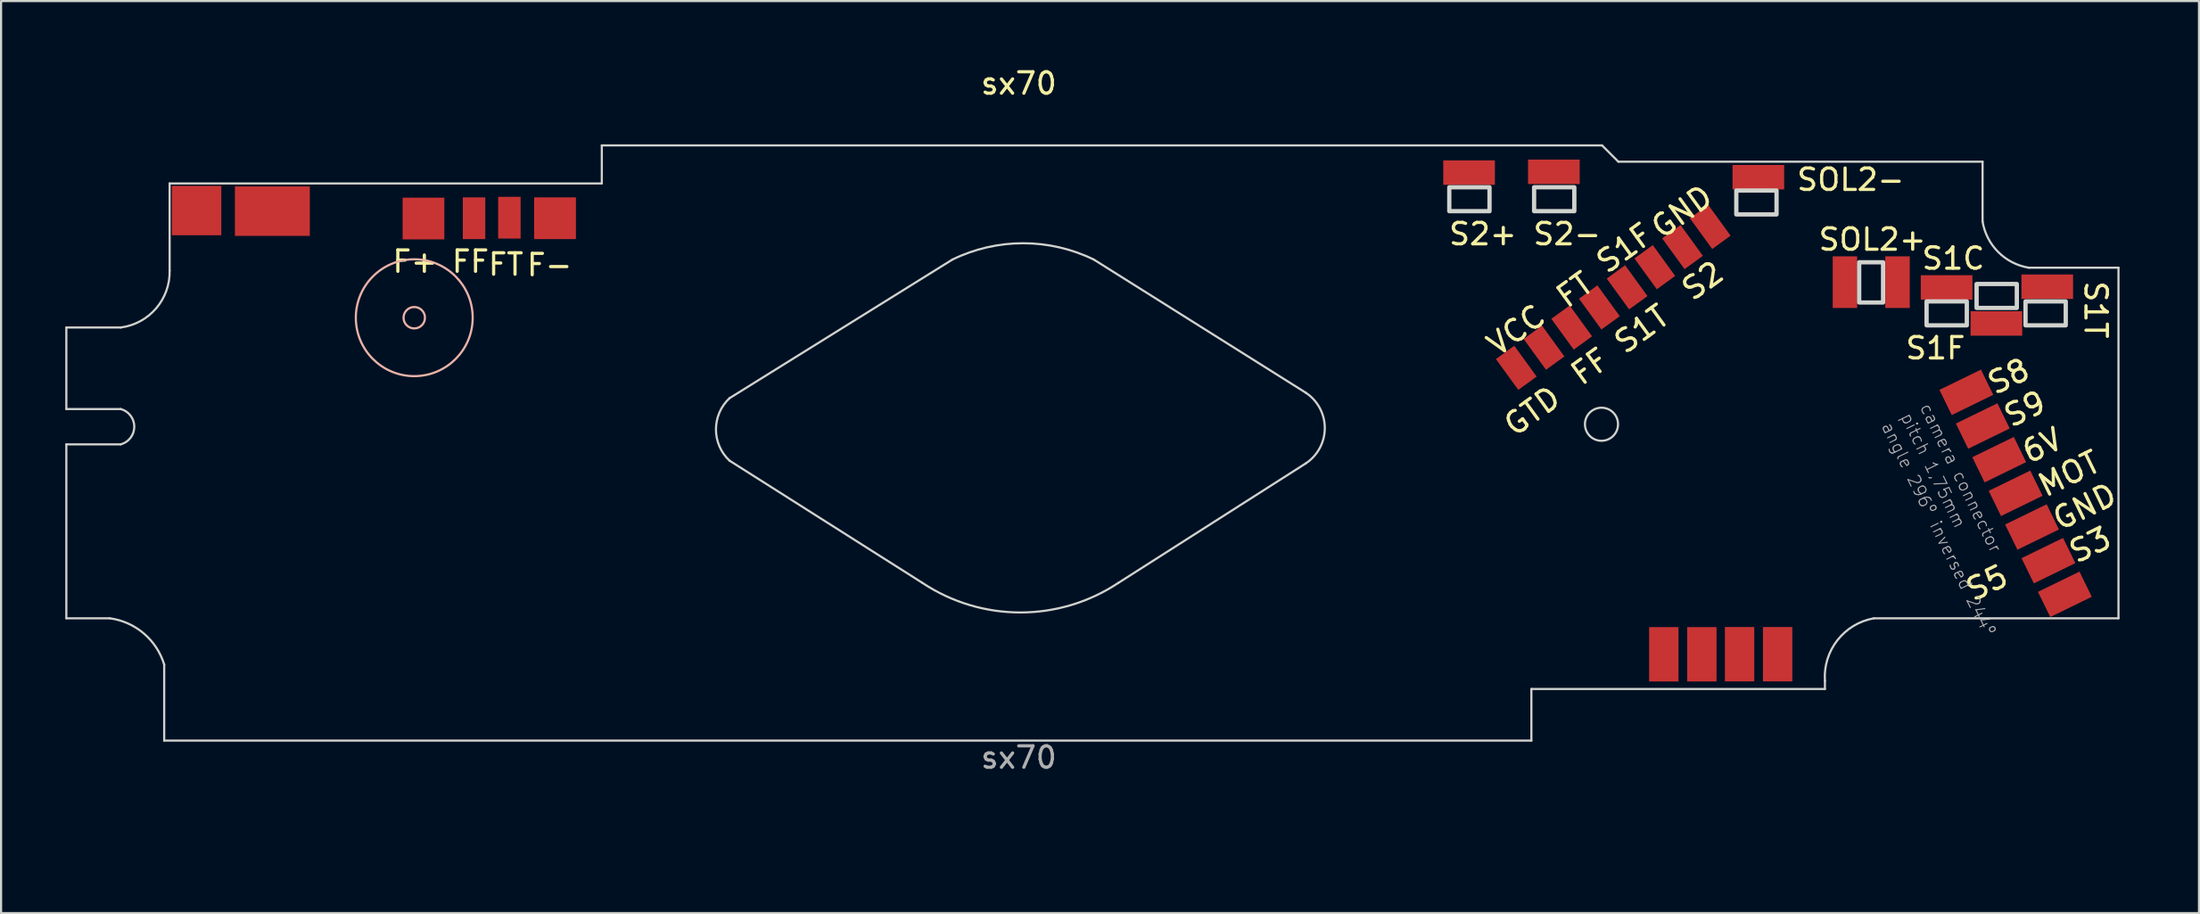
<source format=kicad_pcb>
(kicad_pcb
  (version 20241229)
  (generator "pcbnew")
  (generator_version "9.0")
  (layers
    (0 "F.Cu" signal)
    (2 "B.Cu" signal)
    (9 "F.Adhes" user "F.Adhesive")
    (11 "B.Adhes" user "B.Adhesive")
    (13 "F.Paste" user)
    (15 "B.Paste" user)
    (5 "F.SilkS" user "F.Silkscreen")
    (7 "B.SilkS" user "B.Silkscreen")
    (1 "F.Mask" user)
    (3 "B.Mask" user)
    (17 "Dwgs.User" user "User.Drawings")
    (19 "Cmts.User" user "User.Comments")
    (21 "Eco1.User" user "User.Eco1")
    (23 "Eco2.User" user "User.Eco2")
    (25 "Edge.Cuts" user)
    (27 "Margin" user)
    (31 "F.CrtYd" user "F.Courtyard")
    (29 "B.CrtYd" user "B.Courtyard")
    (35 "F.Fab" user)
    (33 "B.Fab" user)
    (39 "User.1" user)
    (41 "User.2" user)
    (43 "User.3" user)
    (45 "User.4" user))
  (footprint "sx70"
    (layer "F.Cu")
    (at 44.652 15.987)
    (property "Reference" "sx70" (at -0.102 -15.138 0) (unlocked yes) (layer "F.SilkS") (effects (font (size 1 1) (thickness 0.15))))
    (attr smd)
    (fp_circle (center -28.346 -4.191) (end -27.846 -4.191) (stroke (width 0.102) (type solid)) (fill no) (layer "B.SilkS"))
    (fp_circle (center -28.346 -4.191) (end -25.616 -4.191) (stroke (width 0.102) (type solid)) (fill no) (layer "B.SilkS"))
    (fp_line (start -44.602 -3.734) (end -42.062 -3.734) (stroke (width 0.1) (type default)) (layer "Edge.Cuts"))
    (fp_line (start -44.602 0.076) (end -44.602 -3.734) (stroke (width 0.1) (type default)) (layer "Edge.Cuts"))
    (fp_line (start -44.602 1.727) (end -42.062 1.727) (stroke (width 0.1) (type default)) (layer "Edge.Cuts"))
    (fp_line (start -44.602 9.855) (end -44.602 1.727) (stroke (width 0.1) (type default)) (layer "Edge.Cuts"))
    (fp_line (start -42.57 9.855) (end -44.602 9.855) (stroke (width 0.1) (type default)) (layer "Edge.Cuts"))
    (fp_line (start -42.062 0.076) (end -44.602 0.076) (stroke (width 0.1) (type default)) (layer "Edge.Cuts"))
    (fp_line (start -40.03 15.57) (end -40.03 12.014) (stroke (width 0.1) (type default)) (layer "Edge.Cuts"))
    (fp_line (start -39.776 -10.465) (end -39.776 -6.401) (stroke (width 0.1) (type default)) (layer "Edge.Cuts"))
    (fp_line (start -39.776 -10.465) (end -19.583 -10.465) (stroke (width 0.1) (type default)) (layer "Edge.Cuts"))
    (fp_line (start -19.583 -12.243) (end 27.153 -12.243) (stroke (width 0.1) (type default)) (layer "Edge.Cuts"))
    (fp_line (start -19.583 -10.465) (end -19.583 -12.243) (stroke (width 0.1) (type default)) (layer "Edge.Cuts"))
    (fp_line (start -13.614 -0.432) (end -3.2 -6.909) (stroke (width 0.1) (type default)) (layer "Edge.Cuts"))
    (fp_line (start -13.614 2.489) (end -4.597 8.204) (stroke (width 0.1) (type default)) (layer "Edge.Cuts"))
    (fp_line (start 3.404 -6.909) (end 13.31 -0.686) (stroke (width 0.1) (type default)) (layer "Edge.Cuts"))
    (fp_line (start 13.31 2.616) (end 4.547 8.204) (stroke (width 0.1) (type default)) (layer "Edge.Cuts"))
    (fp_line (start 23.851 13.157) (end 23.851 15.57) (stroke (width 0.1) (type default)) (layer "Edge.Cuts"))
    (fp_line (start 23.851 15.57) (end -40.03 15.57) (stroke (width 0.1) (type default)) (layer "Edge.Cuts"))
    (fp_line (start 27.153 -12.243) (end 27.915 -11.481) (stroke (width 0.1) (type default)) (layer "Edge.Cuts"))
    (fp_line (start 27.915 -11.481) (end 44.933 -11.481) (stroke (width 0.1) (type default)) (layer "Edge.Cuts"))
    (fp_line (start 37.567 12.776) (end 37.567 13.157) (stroke (width 0.1) (type default)) (layer "Edge.Cuts"))
    (fp_line (start 37.567 13.157) (end 23.851 13.157) (stroke (width 0.1) (type default)) (layer "Edge.Cuts"))
    (fp_line (start 44.933 -11.481) (end 44.933 -8.687) (stroke (width 0.1) (type default)) (layer "Edge.Cuts"))
    (fp_line (start 47.092 -6.528) (end 51.283 -6.528) (stroke (width 0.1) (type default)) (layer "Edge.Cuts"))
    (fp_line (start 51.283 -6.528) (end 51.283 9.855) (stroke (width 0.1) (type default)) (layer "Edge.Cuts"))
    (fp_line (start 51.283 9.855) (end 39.853 9.855) (stroke (width 0.1) (type default)) (layer "Edge.Cuts"))
    (fp_rect (start 20.015 -10.287) (end 21.895 -9.169) (stroke (width 0.2) (type default)) (fill no) (layer "Edge.Cuts"))
    (fp_rect (start 23.978 -10.287) (end 25.857 -9.169) (stroke (width 0.2) (type default)) (fill no) (layer "Edge.Cuts"))
    (fp_rect (start 33.426 -10.135) (end 35.306 -9.017) (stroke (width 0.2) (type default)) (fill no) (layer "Edge.Cuts"))
    (fp_rect (start 39.167 -4.902) (end 40.284 -6.782) (stroke (width 0.2) (type default)) (fill no) (layer "Edge.Cuts"))
    (fp_rect (start 42.316 -4.953) (end 44.196 -3.835) (stroke (width 0.2) (type default)) (fill no) (layer "Edge.Cuts"))
    (fp_rect (start 44.653 -5.766) (end 46.533 -4.648) (stroke (width 0.2) (type default)) (fill no) (layer "Edge.Cuts"))
    (fp_rect (start 46.939 -4.953) (end 48.819 -3.835) (stroke (width 0.2) (type default)) (fill no) (layer "Edge.Cuts"))
    (fp_arc (start -42.570401 9.8552) (mid -40.983915 10.562363) (end -40.030401 12.0142) (stroke (width 0.1) (type default)) (layer "Edge.Cuts"))
    (fp_arc (start -42.062401 0.0762) (mid -41.427401 0.9017) (end -42.062401 1.7272) (stroke (width 0.1) (type default)) (layer "Edge.Cuts"))
    (fp_arc (start -39.776401 -6.4008) (mid -40.406919 -4.628029) (end -42.062401 -3.7338) (stroke (width 0.1) (type default)) (layer "Edge.Cuts"))
    (fp_arc (start -13.614401 2.4892) (mid -14.249401 1.0287) (end -13.614401 -0.4318) (stroke (width 0.1) (type default)) (layer "Edge.Cuts"))
    (fp_arc (start -3.2004 -6.9088) (mid 0.101599 -7.6708) (end 3.403599 -6.9088) (stroke (width 0.1) (type default)) (layer "Edge.Cuts"))
    (fp_arc (start 4.546599 8.2042) (mid -0.025401 9.582063) (end -4.597401 8.2042) (stroke (width 0.1) (type default)) (layer "Edge.Cuts"))
    (fp_arc (start 13.309599 -0.685799) (mid 14.198599 0.9652) (end 13.309599 2.6162) (stroke (width 0.1) (type default)) (layer "Edge.Cuts"))
    (fp_arc (start 37.566599 12.7762) (mid 38.150724 10.878322) (end 39.852599 9.855201) (stroke (width 0.1) (type default)) (layer "Edge.Cuts"))
    (fp_arc (start 47.091599 -6.5278) (mid 45.664323 -7.259524) (end 44.932599 -8.6868) (stroke (width 0.1) (type default)) (layer "Edge.Cuts"))
    (fp_circle (center 27.127 0.787) (end 27.9 0.787) (stroke (width 0.1) (type default)) (fill no) (layer "Edge.Cuts"))
    (fp_line (start -28.079 7.566) (end -11.843 -11.945) (stroke (width 0.254) (type solid)) (layer "User.9"))
    (fp_line (start -28.064 15.647) (end -28.079 7.566) (stroke (width 0.254) (type solid)) (layer "User.9"))
    (fp_line (start -11.843 -11.945) (end 15.11 -12.072) (stroke (width 0.254) (type solid)) (layer "User.9"))
    (fp_line (start 15.11 -12.072) (end 28.848 7.372) (stroke (width 0.254) (type solid)) (layer "User.9"))
    (fp_line (start 23.8 13.205) (end 23.8 15.548) (stroke (width 0.254) (type solid)) (layer "User.9"))
    (fp_line (start 23.8 15.548) (end -28.064 15.647) (stroke (width 0.254) (type solid)) (layer "User.9"))
    (fp_line (start 28.848 7.372) (end 36.573 9.24) (stroke (width 0.254) (type solid)) (layer "User.9"))
    (fp_line (start 36.573 9.24) (end 36.583 13.132) (stroke (width 0.254) (type solid)) (layer "User.9"))
    (fp_line (start 36.615 13.205) (end 23.8 13.205) (stroke (width 0.254) (type solid)) (layer "User.9"))
    (fp_line (start 39.853 -0.006) (end 44.234 -2.038) (stroke (width 0.254) (type solid)) (layer "User.9"))
    (fp_line (start 39.916 9.709) (end 39.853 -0.006) (stroke (width 0.254) (type solid)) (layer "User.9"))
    (fp_line (start 44.171 -2.038) (end 50.013 9.201) (stroke (width 0.254) (type solid)) (layer "User.9"))
    (fp_line (start 48.489 15.678) (end 42.837 11.932) (stroke (width 0.254) (type solid)) (layer "User.9"))
    (fp_line (start 48.87 20.504) (end 48.87 16.059) (stroke (width 0.254) (type solid)) (layer "User.9"))
    (fp_line (start 50.013 9.201) (end 51.346 9.201) (stroke (width 0.254) (type solid)) (layer "User.9"))
    (fp_line (start 51.918 9.773) (end 51.918 20.504) (stroke (width 0.254) (type solid)) (layer "User.9"))
    (fp_line (start 51.918 20.504) (end 48.87 20.504) (stroke (width 0.254) (type solid)) (layer "User.9"))
    (fp_arc (start 39.916099 9.836149) (mid 41.985225 10.118204) (end 42.9006 11.99515) (stroke (width 0.254) (type solid)) (layer "User.9"))
    (fp_arc (start 51.3461 9.20115) (mid 51.750192 9.368558) (end 51.9176 9.77265) (stroke (width 0.254) (type solid)) (layer "User.9"))
    (fp_text user "S3" (at 50.65 5.438 26) (unlocked yes) (layer "F.SilkS") (effects (font (size 1 1) (thickness 0.15)) (justify right top)))
    (fp_text user "S1T" (at 49.634 -5.992 270) (unlocked yes) (layer "F.SilkS") (effects (font (size 1 1) (thickness 0.15)) (justify left bottom)))
    (fp_text user "GTD" (at 24.742 -1.166 36) (layer "F.SilkS") (effects (font (size 1 1) (thickness 0.15)) (justify right top)))
    (fp_text user "F-" (at -20.879 -7.239 0) (unlocked yes) (layer "F.SilkS") (effects (font (size 1 1) (thickness 0.15)) (justify right top)))
    (fp_text user "FT" (at -23.158 -7.264 0) (unlocked yes) (layer "F.SilkS") (effects (font (size 1 1) (thickness 0.15)) (justify right top)))
    (fp_text user "S1F" (at 41.252 -2.182 0) (unlocked yes) (layer "F.SilkS") (effects (font (size 1 1) (thickness 0.15)) (justify left bottom)))
    (fp_text user "S9" (at 47.602 -0.912 26) (unlocked yes) (layer "F.SilkS") (effects (font (size 1 1) (thickness 0.15)) (justify right top)))
    (fp_text user "SOL2-" (at 36.172 -10.056 0) (unlocked yes) (layer "F.SilkS") (effects (font (size 1 1) (thickness 0.15)) (justify left bottom)))
    (fp_text user "MOT" (at 50.142 1.882 26) (unlocked yes) (layer "F.SilkS") (effects (font (size 1 1) (thickness 0.15)) (justify right top)))
    (fp_text user "S1C" (at 42.014 -6.375 0) (unlocked yes) (layer "F.SilkS") (effects (font (size 1 1) (thickness 0.15)) (justify left bottom)))
    (fp_text user "FF" (at -24.765 -7.4 0) (unlocked yes) (layer "F.SilkS") (effects (font (size 1 1) (thickness 0.15)) (justify right top)))
    (fp_text user "FT" (at 26.266 -6.5 36) (layer "F.SilkS") (effects (font (size 1 1) (thickness 0.15)) (justify right top)))
    (fp_text user "S5" (at 45.824 7.216 26) (unlocked yes) (layer "F.SilkS") (effects (font (size 1 1) (thickness 0.15)) (justify right top)))
    (fp_text user "GND" (at 31.854 -10.564 36) (layer "F.SilkS") (effects (font (size 1 1) (thickness 0.15)) (justify right top)))
    (fp_text user "VCC" (at 24.032 -4.976 36) (layer "F.SilkS") (effects (font (size 1 1) (thickness 0.15)) (justify right top)))
    (fp_text user "S1T" (at 29.822 -4.976 36) (layer "F.SilkS") (effects (font (size 1 1) (thickness 0.15)) (justify right top)))
    (fp_text user "F+" (at -27.157 -7.4 0) (unlocked yes) (layer "F.SilkS") (effects (font (size 1 1) (thickness 0.15)) (justify right top)))
    (fp_text user "GND" (at 50.904 3.406 26) (unlocked yes) (layer "F.SilkS") (effects (font (size 1 1) (thickness 0.15)) (justify right top)))
    (fp_text user "SOL2+" (at 37.188 -7.262 0) (unlocked yes) (layer "F.SilkS") (effects (font (size 1 1) (thickness 0.15)) (justify left bottom)))
    (fp_text user "6V" (at 48.364 0.813 26) (unlocked yes) (layer "F.SilkS") (effects (font (size 1 1) (thickness 0.15)) (justify right top)))
    (fp_text user "S2-" (at 23.851 -7.516 0) (unlocked yes) (layer "F.SilkS") (effects (font (size 1 1) (thickness 0.15)) (justify left bottom)))
    (fp_text user "S2" (at 32.362 -7.008 36) (layer "F.SilkS") (effects (font (size 1 1) (thickness 0.15)) (justify right top)))
    (fp_text user "S8" (at 46.84 -2.436 26) (unlocked yes) (layer "F.SilkS") (effects (font (size 1 1) (thickness 0.15)) (justify right top)))
    (fp_text user "S2+" (at 19.916 -7.516 0) (unlocked yes) (layer "F.SilkS") (effects (font (size 1 1) (thickness 0.15)) (justify left bottom)))
    (fp_text user "FF" (at 27.028 -2.944 36) (layer "F.SilkS") (effects (font (size 1 1) (thickness 0.15)) (justify right top)))
    (fp_text user "S1F" (at 29.06 -8.786 36) (layer "F.SilkS") (effects (font (size 1 1) (thickness 0.15)) (justify right top)))
    (fp_text user "camera connector" (at 41.933 -0.027 296) (layer "F.Fab") (effects (font (size 0.561 0.561) (thickness 0.049)) (justify left bottom)))
    (fp_text user "${REFERENCE}" (at -0.102 16.36 0) (unlocked yes) (layer "F.Fab") (effects (font (size 1 1) (thickness 0.15))))
    (fp_text user "angle 296º inversed 244º" (at 40.135 0.85 296) (layer "F.Fab") (effects (font (size 0.561 0.561) (thickness 0.049)) (justify left bottom)))
    (fp_text user "pitch 1,75mm" (at 41.034 0.411 296) (layer "F.Fab") (effects (font (size 0.561 0.561) (thickness 0.049)) (justify left bottom)))
    (fp_text user "FLASHFLEX CONNECTOR\nANGLE TOP: 306º\nANGLE BOTTOM: 144º" (at 33.401 -7.645 36) (layer "User.1") (effects (font (size 0.28 0.28) (thickness 0.024)) (justify right top)))
    (fp_text user "\nPCB width <=0.8mm " (at 0.581 0.609 0) (unlocked yes) (layer "User.2") (effects (font (size 1.636 1.636) (thickness 0.142))))
    (dimension (type orthogonal) (layer "User.3") (pts (xy 4.876 5.522) (xy 10.845 11.796)) (height 20.952) (orientation 1) (format (prefix "") (suffix "") (units 3) (units_format 1) (precision 4)) (style (thickness 0.1) (arrow_length 1.27) (text_position_mode 0) (arrow_direction outward) (extension_height 0.586) (extension_offset 0.5) (keep_text_aligned yes)) (gr_text "6.2738 mm" (at 24.728 8.659 90) (layer "User.3") (effects (font (size 1 1) (thickness 0.1)))))
    (dimension (type orthogonal) (layer "User.3") (pts (xy 4.876 5.522) (xy 16.306 5.496)) (height 10.721) (orientation 0) (format (prefix "") (suffix "") (units 3) (units_format 1) (precision 4)) (style (thickness 0.1) (arrow_length 1.27) (text_position_mode 0) (arrow_direction outward) (extension_height 0.586) (extension_offset 0.5) (keep_text_aligned yes)) (gr_text "11.4300 mm" (at 10.591 15.143 0) (layer "User.3") (effects (font (size 1 1) (thickness 0.1)))))
    (pad "F+" smd rect (at -27.915 -8.826) (size 1.95 1.95) (layers "F.Cu" "F.Mask" "F.Paste"))
    (pad "F-" smd rect (at -21.768 -8.839) (size 1.95 1.95) (layers "F.Cu" "F.Mask" "F.Paste"))
    (pad "FF" smd rect (at -25.552 -8.839) (size 1.05 1.95) (layers "F.Cu" "F.Mask" "F.Paste"))
    (pad "FF" smd rect (at 25.735 -3.731 126) (size 1.78 1.06) (layers "F.Cu" "F.Mask" "F.Paste"))
    (pad "FT" smd rect (at -23.901 -8.865) (size 1.05 1.95) (layers "F.Cu" "F.Mask" "F.Paste"))
    (pad "FT" smd rect (at 27.029 -4.671 126) (size 1.78 1.06) (layers "F.Cu" "F.Mask" "F.Paste"))
    (pad "GND" smd rect (at -38.516 -9.199) (size 2.31 2.31) (layers "F.Cu" "F.Mask" "F.Paste"))
    (pad "GND" smd rect (at 32.207 -8.433 126) (size 1.78 1.06) (layers "F.Cu" "F.Mask" "F.Paste"))
    (pad "GND" smd rect (at 47.244 5.588 26) (size 2.159 1.31) (layers "F.Cu" "F.Mask" "F.Paste"))
    (pad "GTD" smd rect (at 23.146 -1.85 126) (size 1.78 1.06) (layers "F.Cu" "F.Mask" "F.Paste"))
    (pad "MOTOR" smd rect (at 46.477 4.015 26) (size 2.159 1.31) (layers "F.Cu" "F.Mask" "F.Paste"))
    (pad "S1C" smd rect (at 43.251 -5.606) (size 2.413 1.143) (layers "F.Cu" "F.Mask" "F.Paste"))
    (pad "S1F" smd rect (at 45.578 -3.922) (size 2.413 1.143) (layers "F.Cu" "F.Mask" "F.Paste"))
    (pad "S1F_FPC" smd rect (at 29.618 -6.552 126) (size 1.78 1.06) (layers "F.Cu" "F.Mask" "F.Paste"))
    (pad "S1T" smd rect (at 28.324 -5.611 126) (size 1.78 1.06) (layers "F.Cu" "F.Mask" "F.Paste"))
    (pad "S1T" smd rect (at 47.955 -5.639) (size 2.413 1.143) (layers "F.Cu" "F.Mask" "F.Paste"))
    (pad "S2" smd rect (at -34.976 -9.169 90) (size 2.31 3.5) (layers "F.Cu" "F.Mask" "F.Paste"))
    (pad "S2" smd rect (at 30.913 -7.492 126) (size 1.78 1.06) (layers "F.Cu" "F.Mask" "F.Paste"))
    (pad "S2+" smd rect (at 20.94 -10.972) (size 2.413 1.143) (layers "F.Cu" "F.Mask" "F.Paste"))
    (pad "S2-" smd rect (at 24.902 -11.009) (size 2.413 1.143) (layers "F.Cu" "F.Mask" "F.Paste"))
    (pad "S3" smd rect (at 48.011 7.161 26) (size 2.159 1.31) (layers "F.Cu" "F.Mask" "F.Paste"))
    (pad "S4A" smd rect (at 30.038 11.537) (size 1.372 2.54) (layers "F.Cu" "F.Mask" "F.Paste"))
    (pad "S4B" smd rect (at 31.816 11.537) (size 1.372 2.54) (layers "F.Cu" "F.Mask" "F.Paste"))
    (pad "S5" smd rect (at 48.778 8.734 26) (size 2.159 1.31) (layers "F.Cu" "F.Mask" "F.Paste"))
    (pad "S8" smd rect (at 44.175 -0.704 26) (size 2.159 1.31) (layers "F.Cu" "F.Mask" "F.Paste"))
    (pad "S9" smd rect (at 44.943 0.869 26) (size 2.159 1.31) (layers "F.Cu" "F.Mask" "F.Paste"))
    (pad "SOL1+" smd rect (at 33.579 11.532) (size 1.372 2.54) (layers "F.Cu" "F.Mask" "F.Paste"))
    (pad "SOL1-" smd rect (at 35.357 11.532) (size 1.372 2.54) (layers "F.Cu" "F.Mask" "F.Paste"))
    (pad "SOL2+" smd rect (at 38.502 -5.852 90) (size 2.413 1.143) (layers "F.Cu" "F.Mask" "F.Paste"))
    (pad "SOL2+" smd rect (at 40.959 -5.852 90) (size 2.413 1.143) (layers "F.Cu" "F.Mask" "F.Paste"))
    (pad "SOL2-" smd rect (at 34.456 -10.757) (size 2.413 1.143) (layers "F.Cu" "F.Mask" "F.Paste"))
    (pad "VCC" smd rect (at 24.441 -2.79 126) (size 1.78 1.06) (layers "F.Cu" "F.Mask" "F.Paste"))
    (pad "VCC" smd rect (at 45.71 2.442 26) (size 2.159 1.31) (layers "F.Cu" "F.Mask" "F.Paste")))
  (gr_rect
    (start -3 -3)
    (end 99.697 39.618)
    (stroke (width 0.1) (type default))
    (fill no)
    (layer "Edge.Cuts")))
</source>
